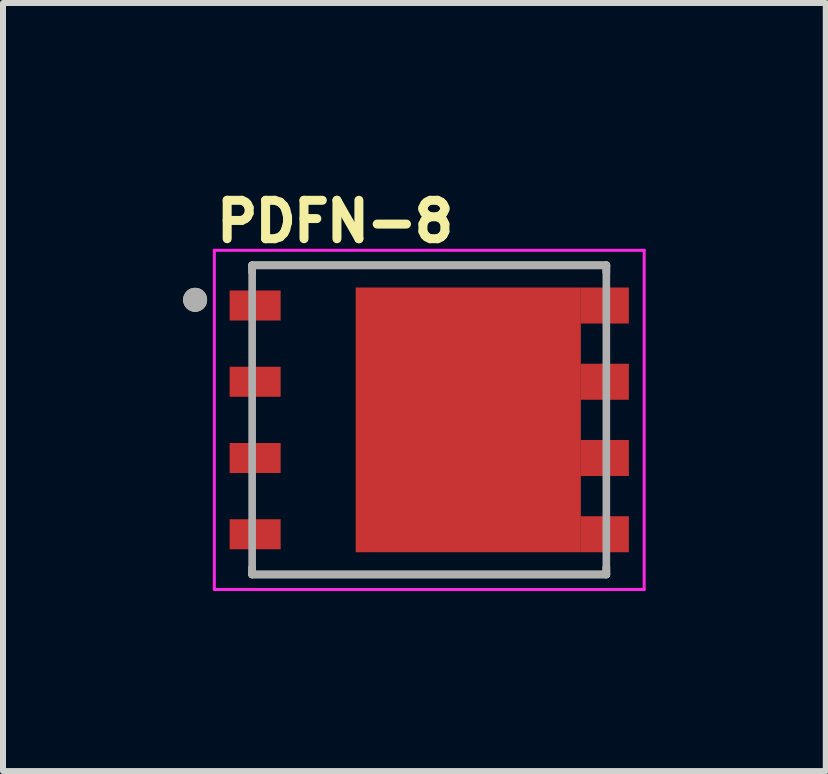
<source format=kicad_pcb>
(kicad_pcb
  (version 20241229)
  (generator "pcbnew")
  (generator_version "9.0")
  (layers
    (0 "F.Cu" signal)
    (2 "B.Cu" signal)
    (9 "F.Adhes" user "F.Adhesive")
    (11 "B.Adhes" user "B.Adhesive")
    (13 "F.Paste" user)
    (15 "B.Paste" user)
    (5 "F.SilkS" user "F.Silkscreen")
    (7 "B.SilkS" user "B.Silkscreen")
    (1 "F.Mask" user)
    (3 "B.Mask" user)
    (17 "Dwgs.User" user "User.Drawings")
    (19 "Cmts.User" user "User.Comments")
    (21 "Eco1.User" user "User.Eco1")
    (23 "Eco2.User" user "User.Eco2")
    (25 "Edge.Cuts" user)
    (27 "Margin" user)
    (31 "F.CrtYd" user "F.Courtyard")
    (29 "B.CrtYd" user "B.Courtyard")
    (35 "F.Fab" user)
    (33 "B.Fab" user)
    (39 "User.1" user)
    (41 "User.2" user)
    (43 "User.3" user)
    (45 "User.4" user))
  (footprint "PDFN-8"
    (layer "F.Cu")
    (at 4.1 3.944)
    (property "Reference" "PDFN-8" (at -1.568 -3.306 0) (layer "F.SilkS") (effects (font (size 0.64 0.64) (thickness 0.15))))
    (attr through_hole)
    (fp_line (start -2.95 -2.575) (end -2.95 -2.46) (stroke (width 0.127) (type solid)) (layer "F.SilkS"))
    (fp_line (start -2.95 2.46) (end -2.95 2.575) (stroke (width 0.127) (type solid)) (layer "F.SilkS"))
    (fp_line (start -2.95 2.575) (end 2.95 2.575) (stroke (width 0.127) (type solid)) (layer "F.SilkS"))
    (fp_line (start 2.95 -2.575) (end -2.95 -2.575) (stroke (width 0.127) (type solid)) (layer "F.SilkS"))
    (fp_line (start 2.95 -2.46) (end 2.95 -2.575) (stroke (width 0.127) (type solid)) (layer "F.SilkS"))
    (fp_line (start 2.95 2.575) (end 2.95 2.46) (stroke (width 0.127) (type solid)) (layer "F.SilkS"))
    (fp_circle (center -3.9 -2) (end -3.8 -2) (stroke (width 0.2) (type solid)) (fill no) (layer "F.SilkS"))
    (fp_poly (pts (xy -3.1 -2.28) (xy -2.7 -2.28) (xy -2.7 -1.53) (xy -3.1 -1.53)) (stroke (width 0.01) (type solid)) (fill yes) (layer "F.Paste"))
    (fp_poly (pts (xy -3.1 -1.01) (xy -2.7 -1.01) (xy -2.7 -0.26) (xy -3.1 -0.26)) (stroke (width 0.01) (type solid)) (fill yes) (layer "F.Paste"))
    (fp_poly (pts (xy -3.1 0.26) (xy -2.7 0.26) (xy -2.7 1.01) (xy -3.1 1.01)) (stroke (width 0.01) (type solid)) (fill yes) (layer "F.Paste"))
    (fp_poly (pts (xy -3.1 1.53) (xy -2.7 1.53) (xy -2.7 2.28) (xy -3.1 2.28)) (stroke (width 0.01) (type solid)) (fill yes) (layer "F.Paste"))
    (fp_poly (pts (xy -0.95 -1.6) (xy 0.55 -1.6) (xy 0.55 -0.1) (xy -0.95 -0.1)) (stroke (width 0.01) (type solid)) (fill yes) (layer "F.Paste"))
    (fp_poly (pts (xy -0.95 0.1) (xy 0.55 0.1) (xy 0.55 1.6) (xy -0.95 1.6)) (stroke (width 0.01) (type solid)) (fill yes) (layer "F.Paste"))
    (fp_poly (pts (xy 0.75 -1.6) (xy 2.25 -1.6) (xy 2.25 -0.1) (xy 0.75 -0.1)) (stroke (width 0.01) (type solid)) (fill yes) (layer "F.Paste"))
    (fp_poly (pts (xy 0.75 0.1) (xy 2.25 0.1) (xy 2.25 1.6) (xy 0.75 1.6)) (stroke (width 0.01) (type solid)) (fill yes) (layer "F.Paste"))
    (fp_poly (pts (xy 2.655 -2.28) (xy 3.155 -2.28) (xy 3.155 -1.53) (xy 2.655 -1.53)) (stroke (width 0.01) (type solid)) (fill yes) (layer "F.Paste"))
    (fp_poly (pts (xy 2.655 -1.01) (xy 3.155 -1.01) (xy 3.155 -0.26) (xy 2.655 -0.26)) (stroke (width 0.01) (type solid)) (fill yes) (layer "F.Paste"))
    (fp_poly (pts (xy 2.655 0.26) (xy 3.155 0.26) (xy 3.155 1.01) (xy 2.655 1.01)) (stroke (width 0.01) (type solid)) (fill yes) (layer "F.Paste"))
    (fp_poly (pts (xy 2.655 1.53) (xy 3.155 1.53) (xy 3.155 2.28) (xy 2.655 2.28)) (stroke (width 0.01) (type solid)) (fill yes) (layer "F.Paste"))
    (fp_line (start -3.58 -2.825) (end 3.58 -2.825) (stroke (width 0.05) (type solid)) (layer "F.CrtYd"))
    (fp_line (start -3.58 2.825) (end -3.58 -2.825) (stroke (width 0.05) (type solid)) (layer "F.CrtYd"))
    (fp_line (start 3.58 -2.825) (end 3.58 2.825) (stroke (width 0.05) (type solid)) (layer "F.CrtYd"))
    (fp_line (start 3.58 2.825) (end -3.58 2.825) (stroke (width 0.05) (type solid)) (layer "F.CrtYd"))
    (fp_line (start -2.95 -2.575) (end 2.95 -2.575) (stroke (width 0.127) (type solid)) (layer "F.Fab"))
    (fp_line (start -2.95 2.575) (end -2.95 -2.575) (stroke (width 0.127) (type solid)) (layer "F.Fab"))
    (fp_line (start 2.95 -2.575) (end 2.95 2.575) (stroke (width 0.127) (type solid)) (layer "F.Fab"))
    (fp_line (start 2.95 2.575) (end -2.95 2.575) (stroke (width 0.127) (type solid)) (layer "F.Fab"))
    (fp_circle (center -3.9 -2) (end -3.8 -2) (stroke (width 0.2) (type solid)) (fill no) (layer "F.Fab"))
    (pad "1" smd rect (at -2.9 -1.905) (size 0.85 0.5) (layers "F.Cu" "F.Mask"))
    (pad "2" smd rect (at -2.9 -0.635) (size 0.85 0.5) (layers "F.Cu" "F.Mask"))
    (pad "3" smd rect (at -2.9 0.635) (size 0.85 0.5) (layers "F.Cu" "F.Mask"))
    (pad "4" smd rect (at -2.9 1.905) (size 0.85 0.5) (layers "F.Cu" "F.Mask"))
    (pad "5" smd rect (at 0.65 0) (size 3.75 4.41) (layers "F.Cu" "F.Mask"))
    (pad "5" smd rect (at 2.925 1.905) (size 0.8 0.6) (layers "F.Cu" "F.Mask"))
    (pad "6" smd rect (at 2.925 0.635) (size 0.8 0.6) (layers "F.Cu" "F.Mask"))
    (pad "7" smd rect (at 2.925 -0.635) (size 0.8 0.6) (layers "F.Cu" "F.Mask"))
    (pad "8" smd rect (at 2.925 -1.905) (size 0.8 0.6) (layers "F.Cu" "F.Mask")))
  (gr_rect
    (start -3 -3)
    (end 10.705 9.794)
    (stroke (width 0.1) (type default))
    (fill no)
    (layer "Edge.Cuts")))
</source>
